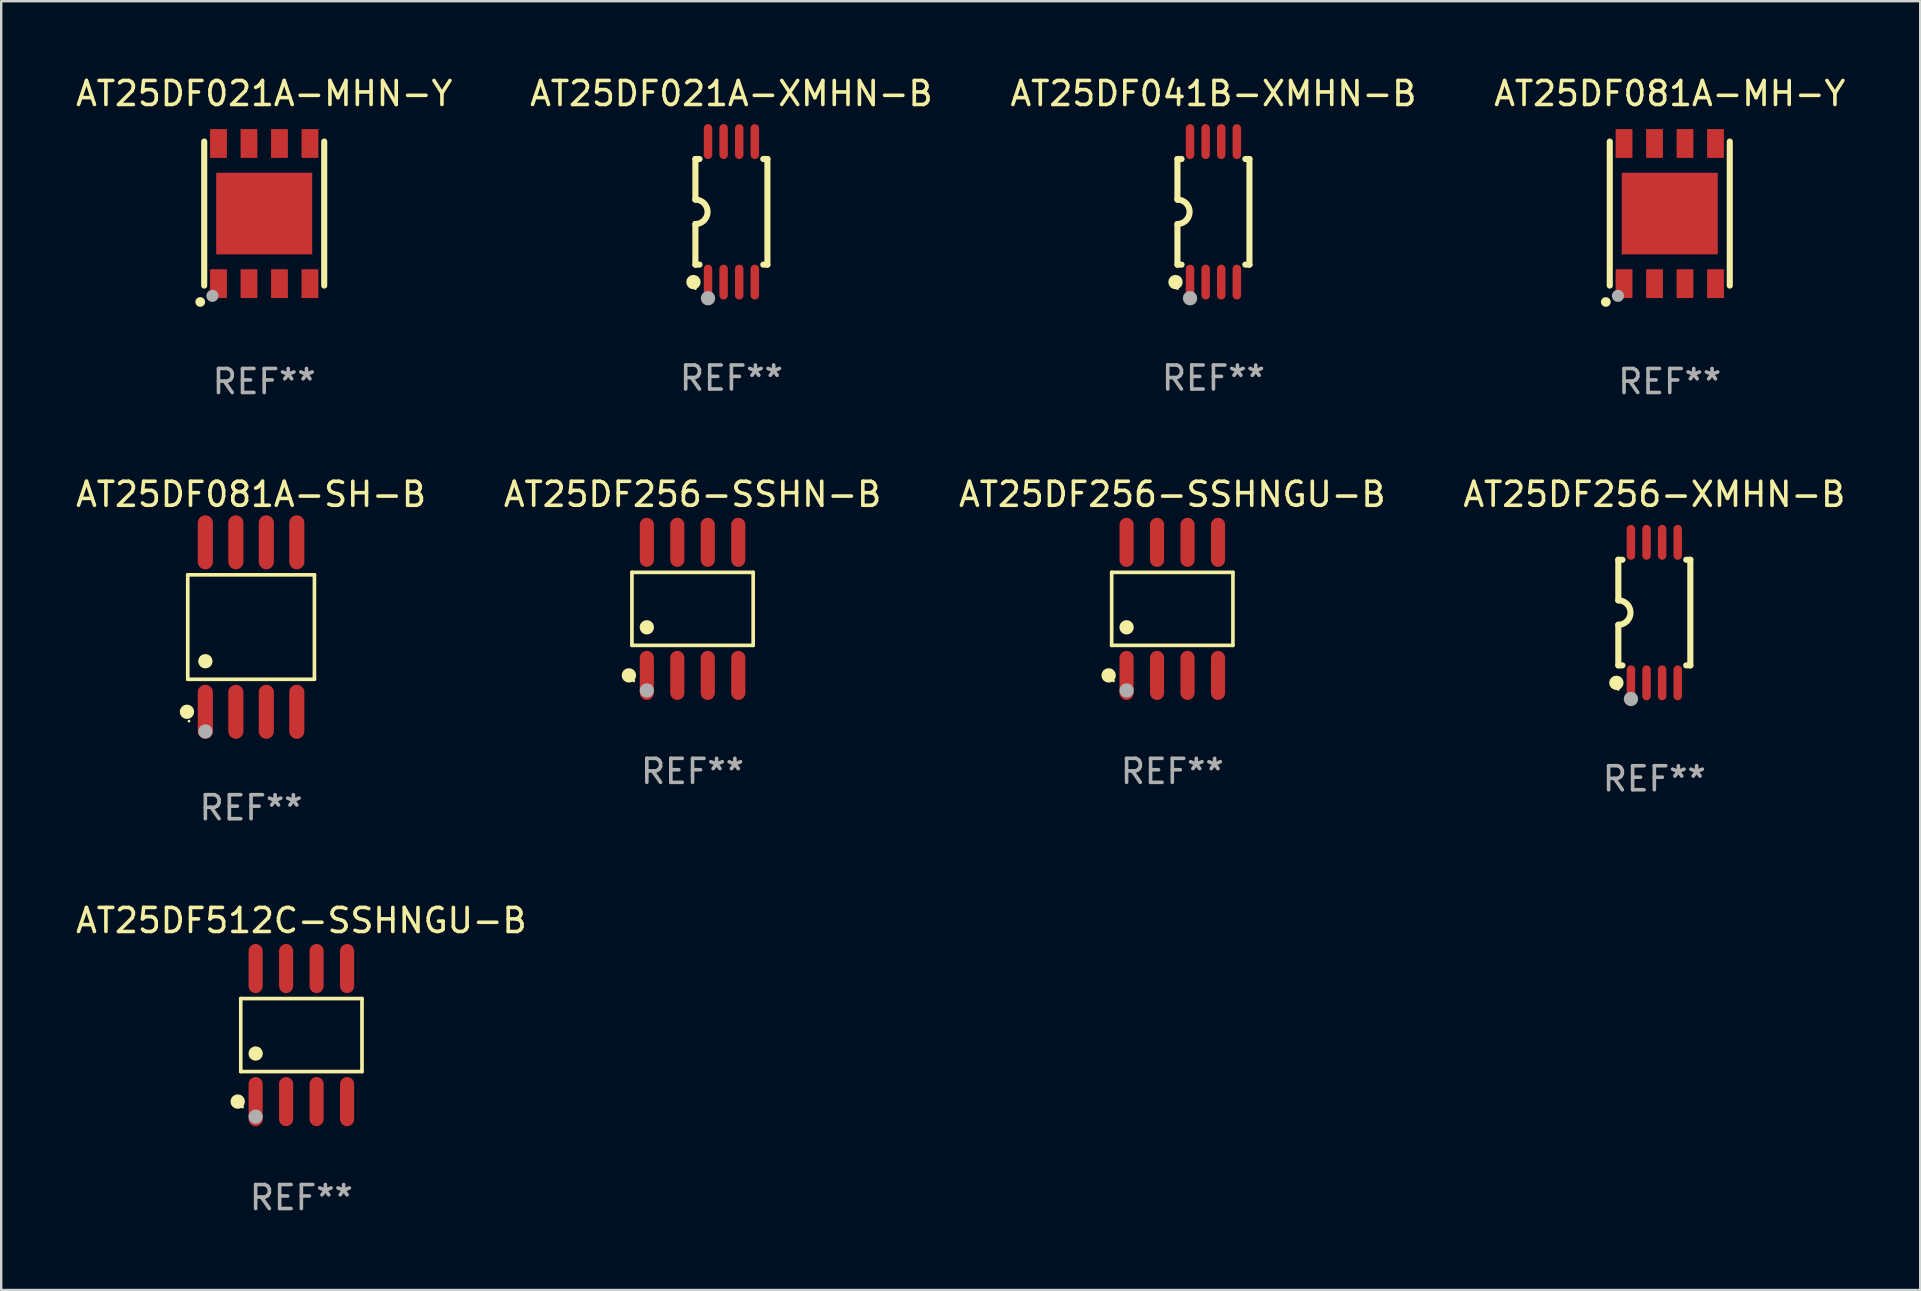
<source format=kicad_pcb>
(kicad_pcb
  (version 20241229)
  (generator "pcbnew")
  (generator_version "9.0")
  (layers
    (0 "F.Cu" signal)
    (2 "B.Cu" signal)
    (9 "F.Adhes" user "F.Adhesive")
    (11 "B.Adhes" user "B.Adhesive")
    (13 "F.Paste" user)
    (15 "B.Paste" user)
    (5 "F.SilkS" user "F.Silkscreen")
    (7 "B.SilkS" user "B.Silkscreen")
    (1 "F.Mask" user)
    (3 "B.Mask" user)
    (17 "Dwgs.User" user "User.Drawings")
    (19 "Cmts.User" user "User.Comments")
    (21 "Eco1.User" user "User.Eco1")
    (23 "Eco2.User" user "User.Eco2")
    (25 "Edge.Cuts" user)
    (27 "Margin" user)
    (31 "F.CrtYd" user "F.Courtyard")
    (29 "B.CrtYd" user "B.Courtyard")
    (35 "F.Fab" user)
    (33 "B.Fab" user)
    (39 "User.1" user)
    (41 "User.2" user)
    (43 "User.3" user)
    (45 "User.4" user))
  (footprint "AT25DF512C-SSHNGU-B"
    (layer "F.Cu")
    (at 9.506 40.074)
    (property "Reference" "AT25DF512C-SSHNGU-B" (at 0 -4.772 0) (layer "F.SilkS") (effects (font (size 1 1) (thickness 0.15))))
    (attr through_hole)
    (fp_line (start -2.526 -1.521) (end 2.526 -1.521) (stroke (width 0.152) (type solid)) (layer "F.SilkS"))
    (fp_line (start -2.526 1.521) (end -2.526 -1.521) (stroke (width 0.152) (type solid)) (layer "F.SilkS"))
    (fp_line (start 2.526 -1.521) (end 2.526 1.521) (stroke (width 0.152) (type solid)) (layer "F.SilkS"))
    (fp_line (start 2.526 1.521) (end -2.526 1.521) (stroke (width 0.152) (type solid)) (layer "F.SilkS"))
    (fp_circle (center -2.652 2.772) (end -2.501 2.772) (stroke (width 0.3) (type solid)) (fill no) (layer "F.SilkS"))
    (fp_circle (center -2.45 3) (end -2.42 3) (stroke (width 0.06) (type solid)) (fill no) (layer "F.SilkS"))
    (fp_circle (center -1.905 0.769) (end -1.755 0.769) (stroke (width 0.3) (type solid)) (fill no) (layer "F.SilkS"))
    (fp_circle (center -1.905 3.4) (end -1.755 3.4) (stroke (width 0.3) (type solid)) (fill no) (layer "F.Fab"))
    (fp_text user "REF**" (at 0 6.772 0) (layer "F.Fab") (effects (font (size 1 1) (thickness 0.15))))
    (pad "1" smd oval (at -1.905 2.772) (size 0.588 2.045) (layers "F.Cu" "F.Mask" "F.Paste"))
    (pad "2" smd oval (at -0.635 2.772) (size 0.588 2.045) (layers "F.Cu" "F.Mask" "F.Paste"))
    (pad "3" smd oval (at 0.635 2.772) (size 0.588 2.045) (layers "F.Cu" "F.Mask" "F.Paste"))
    (pad "4" smd oval (at 1.905 2.772) (size 0.588 2.045) (layers "F.Cu" "F.Mask" "F.Paste"))
    (pad "5" smd oval (at 1.905 -2.772) (size 0.588 2.045) (layers "F.Cu" "F.Mask" "F.Paste"))
    (pad "6" smd oval (at 0.635 -2.772) (size 0.588 2.045) (layers "F.Cu" "F.Mask" "F.Paste"))
    (pad "7" smd oval (at -0.635 -2.772) (size 0.588 2.045) (layers "F.Cu" "F.Mask" "F.Paste"))
    (pad "8" smd oval (at -1.905 -2.772) (size 0.588 2.045) (layers "F.Cu" "F.Mask" "F.Paste")))
  (footprint "AT25DF081A-SH-B"
    (layer "F.Cu")
    (at 7.411 23.075)
    (property "Reference" "AT25DF081A-SH-B" (at 0 -5.53 0) (layer "F.SilkS") (effects (font (size 1 1) (thickness 0.15))))
    (attr through_hole)
    (fp_line (start -2.639 -2.176) (end 2.639 -2.176) (stroke (width 0.152) (type solid)) (layer "F.SilkS"))
    (fp_line (start -2.639 2.176) (end -2.639 -2.176) (stroke (width 0.152) (type solid)) (layer "F.SilkS"))
    (fp_line (start 2.639 -2.176) (end 2.639 2.176) (stroke (width 0.152) (type solid)) (layer "F.SilkS"))
    (fp_line (start 2.639 2.176) (end -2.639 2.176) (stroke (width 0.152) (type solid)) (layer "F.SilkS"))
    (fp_circle (center -2.672 3.53) (end -2.522 3.53) (stroke (width 0.3) (type solid)) (fill no) (layer "F.SilkS"))
    (fp_circle (center -2.585 3.92) (end -2.555 3.92) (stroke (width 0.06) (type solid)) (fill no) (layer "F.SilkS"))
    (fp_circle (center -1.905 1.424) (end -1.755 1.424) (stroke (width 0.3) (type solid)) (fill no) (layer "F.SilkS"))
    (fp_circle (center -1.905 4.35) (end -1.755 4.35) (stroke (width 0.3) (type solid)) (fill no) (layer "F.Fab"))
    (fp_text user "REF**" (at 0 7.53 0) (layer "F.Fab") (effects (font (size 1 1) (thickness 0.15))))
    (pad "1" smd oval (at -1.905 3.53) (size 0.63 2.25) (layers "F.Cu" "F.Mask" "F.Paste"))
    (pad "2" smd oval (at -0.635 3.53) (size 0.63 2.25) (layers "F.Cu" "F.Mask" "F.Paste"))
    (pad "3" smd oval (at 0.635 3.53) (size 0.63 2.25) (layers "F.Cu" "F.Mask" "F.Paste"))
    (pad "4" smd oval (at 1.905 3.53) (size 0.63 2.25) (layers "F.Cu" "F.Mask" "F.Paste"))
    (pad "5" smd oval (at 1.905 -3.53) (size 0.63 2.25) (layers "F.Cu" "F.Mask" "F.Paste"))
    (pad "6" smd oval (at 0.635 -3.53) (size 0.63 2.25) (layers "F.Cu" "F.Mask" "F.Paste"))
    (pad "7" smd oval (at -0.635 -3.53) (size 0.63 2.25) (layers "F.Cu" "F.Mask" "F.Paste"))
    (pad "8" smd oval (at -1.905 -3.53) (size 0.63 2.25) (layers "F.Cu" "F.Mask" "F.Paste")))
  (footprint "AT25DF081A-MH-Y"
    (layer "F.Cu")
    (at 66.518 5.848)
    (property "Reference" "AT25DF081A-MH-Y" (at 0 -5 0) (layer "F.SilkS") (effects (font (size 1 1) (thickness 0.15))))
    (attr through_hole)
    (fp_line (start -2.5 -3) (end -2.5 3) (stroke (width 0.254) (type solid)) (layer "F.SilkS"))
    (fp_line (start 2.5 -3) (end 2.5 3) (stroke (width 0.254) (type solid)) (layer "F.SilkS"))
    (fp_arc (start -2.667005 3.683007) (mid -2.664465 3.682991) (end -2.661925 3.683007) (stroke (width 0.4) (type solid)) (layer "F.SilkS"))
    (fp_circle (center -2.5 3) (end -2.47 3) (stroke (width 0.06) (type solid)) (fill no) (layer "F.SilkS"))
    (fp_circle (center -2.159 3.429) (end -2.032 3.429) (stroke (width 0.254) (type solid)) (fill no) (layer "F.Fab"))
    (fp_text user "REF**" (at 0 7 0) (layer "F.Fab") (effects (font (size 1 1) (thickness 0.15))))
    (pad "1" smd rect (at -1.905 2.92 90) (size 1.2 0.7) (layers "F.Cu" "F.Mask" "F.Paste"))
    (pad "2" smd rect (at -0.635 2.92 90) (size 1.2 0.7) (layers "F.Cu" "F.Mask" "F.Paste"))
    (pad "3" smd rect (at 0.635 2.92 90) (size 1.2 0.7) (layers "F.Cu" "F.Mask" "F.Paste"))
    (pad "4" smd rect (at 1.905 2.92 90) (size 1.2 0.7) (layers "F.Cu" "F.Mask" "F.Paste"))
    (pad "5" smd rect (at 1.905 -2.92 90) (size 1.2 0.7) (layers "F.Cu" "F.Mask" "F.Paste"))
    (pad "6" smd rect (at 0.635 -2.92 90) (size 1.2 0.7) (layers "F.Cu" "F.Mask" "F.Paste"))
    (pad "7" smd rect (at -0.635 -2.92 90) (size 1.2 0.7) (layers "F.Cu" "F.Mask" "F.Paste"))
    (pad "8" smd rect (at -1.905 -2.92 90) (size 1.2 0.7) (layers "F.Cu" "F.Mask" "F.Paste"))
    (pad "9" smd rect (at 0 0 90) (size 3.4 4) (layers "F.Cu" "F.Mask" "F.Paste")))
  (footprint "AT25DF256-SSHN-B"
    (layer "F.Cu")
    (at 25.804 22.317)
    (property "Reference" "AT25DF256-SSHN-B" (at 0 -4.772 0) (layer "F.SilkS") (effects (font (size 1 1) (thickness 0.15))))
    (attr through_hole)
    (fp_line (start -2.526 -1.521) (end 2.526 -1.521) (stroke (width 0.152) (type solid)) (layer "F.SilkS"))
    (fp_line (start -2.526 1.521) (end -2.526 -1.521) (stroke (width 0.152) (type solid)) (layer "F.SilkS"))
    (fp_line (start 2.526 -1.521) (end 2.526 1.521) (stroke (width 0.152) (type solid)) (layer "F.SilkS"))
    (fp_line (start 2.526 1.521) (end -2.526 1.521) (stroke (width 0.152) (type solid)) (layer "F.SilkS"))
    (fp_circle (center -2.652 2.772) (end -2.501 2.772) (stroke (width 0.3) (type solid)) (fill no) (layer "F.SilkS"))
    (fp_circle (center -2.45 3) (end -2.42 3) (stroke (width 0.06) (type solid)) (fill no) (layer "F.SilkS"))
    (fp_circle (center -1.905 0.769) (end -1.755 0.769) (stroke (width 0.3) (type solid)) (fill no) (layer "F.SilkS"))
    (fp_circle (center -1.905 3.4) (end -1.755 3.4) (stroke (width 0.3) (type solid)) (fill no) (layer "F.Fab"))
    (fp_text user "REF**" (at 0 6.772 0) (layer "F.Fab") (effects (font (size 1 1) (thickness 0.15))))
    (pad "1" smd oval (at -1.905 2.772) (size 0.588 2.045) (layers "F.Cu" "F.Mask" "F.Paste"))
    (pad "2" smd oval (at -0.635 2.772) (size 0.588 2.045) (layers "F.Cu" "F.Mask" "F.Paste"))
    (pad "3" smd oval (at 0.635 2.772) (size 0.588 2.045) (layers "F.Cu" "F.Mask" "F.Paste"))
    (pad "4" smd oval (at 1.905 2.772) (size 0.588 2.045) (layers "F.Cu" "F.Mask" "F.Paste"))
    (pad "5" smd oval (at 1.905 -2.772) (size 0.588 2.045) (layers "F.Cu" "F.Mask" "F.Paste"))
    (pad "6" smd oval (at 0.635 -2.772) (size 0.588 2.045) (layers "F.Cu" "F.Mask" "F.Paste"))
    (pad "7" smd oval (at -0.635 -2.772) (size 0.588 2.045) (layers "F.Cu" "F.Mask" "F.Paste"))
    (pad "8" smd oval (at -1.905 -2.772) (size 0.588 2.045) (layers "F.Cu" "F.Mask" "F.Paste")))
  (footprint "AT25DF041B-XMHN-B"
    (layer "F.Cu")
    (at 47.506 5.775)
    (property "Reference" "AT25DF041B-XMHN-B" (at 0 -4.927 0) (layer "F.SilkS") (effects (font (size 1 1) (thickness 0.15))))
    (attr through_hole)
    (fp_line (start -1.5 -2.2) (end -1.5 -0.508) (stroke (width 0.254) (type solid)) (layer "F.SilkS"))
    (fp_line (start -1.5 -2.2) (end -1.328 -2.2) (stroke (width 0.254) (type solid)) (layer "F.SilkS"))
    (fp_line (start -1.5 2.2) (end -1.5 0.508) (stroke (width 0.254) (type solid)) (layer "F.SilkS"))
    (fp_line (start -1.5 2.2) (end -1.328 2.2) (stroke (width 0.254) (type solid)) (layer "F.SilkS"))
    (fp_line (start 1.328 -2.2) (end 1.5 -2.2) (stroke (width 0.254) (type solid)) (layer "F.SilkS"))
    (fp_line (start 1.328 2.2) (end 1.5 2.2) (stroke (width 0.254) (type solid)) (layer "F.SilkS"))
    (fp_line (start 1.5 -2.2) (end 1.5 2.2) (stroke (width 0.254) (type solid)) (layer "F.SilkS"))
    (fp_arc (start -1.501144 -0.508) (mid -0.993143 -0.000571) (end -1.5 0.508001) (stroke (width 0.254001) (type solid)) (layer "F.SilkS"))
    (fp_circle (center -1.581 2.927) (end -1.431 2.927) (stroke (width 0.3) (type solid)) (fill no) (layer "F.SilkS"))
    (fp_circle (center -1.5 3.2) (end -1.47 3.2) (stroke (width 0.06) (type solid)) (fill no) (layer "F.SilkS"))
    (fp_circle (center -0.975 3.6) (end -0.825 3.6) (stroke (width 0.3) (type solid)) (fill no) (layer "F.Fab"))
    (fp_text user "REF**" (at 0 6.927 0) (layer "F.Fab") (effects (font (size 1 1) (thickness 0.15))))
    (pad "1" smd oval (at -0.975 2.927) (size 0.353 1.454) (layers "F.Cu" "F.Mask" "F.Paste"))
    (pad "2" smd oval (at -0.325 2.927) (size 0.353 1.454) (layers "F.Cu" "F.Mask" "F.Paste"))
    (pad "3" smd oval (at 0.325 2.927) (size 0.353 1.454) (layers "F.Cu" "F.Mask" "F.Paste"))
    (pad "4" smd oval (at 0.975 2.927) (size 0.353 1.454) (layers "F.Cu" "F.Mask" "F.Paste"))
    (pad "5" smd oval (at 0.975 -2.927) (size 0.353 1.454) (layers "F.Cu" "F.Mask" "F.Paste"))
    (pad "6" smd oval (at 0.325 -2.927) (size 0.353 1.454) (layers "F.Cu" "F.Mask" "F.Paste"))
    (pad "7" smd oval (at -0.325 -2.927) (size 0.353 1.454) (layers "F.Cu" "F.Mask" "F.Paste"))
    (pad "8" smd oval (at -0.975 -2.927) (size 0.353 1.454) (layers "F.Cu" "F.Mask" "F.Paste")))
  (footprint "AT25DF021A-MHN-Y"
    (layer "F.Cu")
    (at 7.958 5.848)
    (property "Reference" "AT25DF021A-MHN-Y" (at 0 -5 0) (layer "F.SilkS") (effects (font (size 1 1) (thickness 0.15))))
    (attr through_hole)
    (fp_line (start -2.5 -3) (end -2.5 3) (stroke (width 0.254) (type solid)) (layer "F.SilkS"))
    (fp_line (start 2.5 -3) (end 2.5 3) (stroke (width 0.254) (type solid)) (layer "F.SilkS"))
    (fp_arc (start -2.667005 3.683007) (mid -2.664465 3.682991) (end -2.661925 3.683007) (stroke (width 0.4) (type solid)) (layer "F.SilkS"))
    (fp_circle (center -2.5 3) (end -2.47 3) (stroke (width 0.06) (type solid)) (fill no) (layer "F.SilkS"))
    (fp_circle (center -2.159 3.429) (end -2.032 3.429) (stroke (width 0.254) (type solid)) (fill no) (layer "F.Fab"))
    (fp_text user "REF**" (at 0 7 0) (layer "F.Fab") (effects (font (size 1 1) (thickness 0.15))))
    (pad "1" smd rect (at -1.905 2.92 90) (size 1.2 0.7) (layers "F.Cu" "F.Mask" "F.Paste"))
    (pad "2" smd rect (at -0.635 2.92 90) (size 1.2 0.7) (layers "F.Cu" "F.Mask" "F.Paste"))
    (pad "3" smd rect (at 0.635 2.92 90) (size 1.2 0.7) (layers "F.Cu" "F.Mask" "F.Paste"))
    (pad "4" smd rect (at 1.905 2.92 90) (size 1.2 0.7) (layers "F.Cu" "F.Mask" "F.Paste"))
    (pad "5" smd rect (at 1.905 -2.92 90) (size 1.2 0.7) (layers "F.Cu" "F.Mask" "F.Paste"))
    (pad "6" smd rect (at 0.635 -2.92 90) (size 1.2 0.7) (layers "F.Cu" "F.Mask" "F.Paste"))
    (pad "7" smd rect (at -0.635 -2.92 90) (size 1.2 0.7) (layers "F.Cu" "F.Mask" "F.Paste"))
    (pad "8" smd rect (at -1.905 -2.92 90) (size 1.2 0.7) (layers "F.Cu" "F.Mask" "F.Paste"))
    (pad "9" smd rect (at 0 0 90) (size 3.4 4) (layers "F.Cu" "F.Mask" "F.Paste")))
  (footprint "AT25DF021A-XMHN-B"
    (layer "F.Cu")
    (at 27.423 5.775)
    (property "Reference" "AT25DF021A-XMHN-B" (at 0 -4.927 0) (layer "F.SilkS") (effects (font (size 1 1) (thickness 0.15))))
    (attr through_hole)
    (fp_line (start -1.5 -2.2) (end -1.5 -0.508) (stroke (width 0.254) (type solid)) (layer "F.SilkS"))
    (fp_line (start -1.5 -2.2) (end -1.328 -2.2) (stroke (width 0.254) (type solid)) (layer "F.SilkS"))
    (fp_line (start -1.5 2.2) (end -1.5 0.508) (stroke (width 0.254) (type solid)) (layer "F.SilkS"))
    (fp_line (start -1.5 2.2) (end -1.328 2.2) (stroke (width 0.254) (type solid)) (layer "F.SilkS"))
    (fp_line (start 1.328 -2.2) (end 1.5 -2.2) (stroke (width 0.254) (type solid)) (layer "F.SilkS"))
    (fp_line (start 1.328 2.2) (end 1.5 2.2) (stroke (width 0.254) (type solid)) (layer "F.SilkS"))
    (fp_line (start 1.5 -2.2) (end 1.5 2.2) (stroke (width 0.254) (type solid)) (layer "F.SilkS"))
    (fp_arc (start -1.501144 -0.508) (mid -0.993143 -0.000571) (end -1.5 0.508001) (stroke (width 0.254001) (type solid)) (layer "F.SilkS"))
    (fp_circle (center -1.581 2.927) (end -1.431 2.927) (stroke (width 0.3) (type solid)) (fill no) (layer "F.SilkS"))
    (fp_circle (center -1.5 3.2) (end -1.47 3.2) (stroke (width 0.06) (type solid)) (fill no) (layer "F.SilkS"))
    (fp_circle (center -0.975 3.6) (end -0.825 3.6) (stroke (width 0.3) (type solid)) (fill no) (layer "F.Fab"))
    (fp_text user "REF**" (at 0 6.927 0) (layer "F.Fab") (effects (font (size 1 1) (thickness 0.15))))
    (pad "1" smd oval (at -0.975 2.927) (size 0.353 1.454) (layers "F.Cu" "F.Mask" "F.Paste"))
    (pad "2" smd oval (at -0.325 2.927) (size 0.353 1.454) (layers "F.Cu" "F.Mask" "F.Paste"))
    (pad "3" smd oval (at 0.325 2.927) (size 0.353 1.454) (layers "F.Cu" "F.Mask" "F.Paste"))
    (pad "4" smd oval (at 0.975 2.927) (size 0.353 1.454) (layers "F.Cu" "F.Mask" "F.Paste"))
    (pad "5" smd oval (at 0.975 -2.927) (size 0.353 1.454) (layers "F.Cu" "F.Mask" "F.Paste"))
    (pad "6" smd oval (at 0.325 -2.927) (size 0.353 1.454) (layers "F.Cu" "F.Mask" "F.Paste"))
    (pad "7" smd oval (at -0.325 -2.927) (size 0.353 1.454) (layers "F.Cu" "F.Mask" "F.Paste"))
    (pad "8" smd oval (at -0.975 -2.927) (size 0.353 1.454) (layers "F.Cu" "F.Mask" "F.Paste")))
  (footprint "AT25DF256-SSHNGU-B"
    (layer "F.Cu")
    (at 45.792 22.317)
    (property "Reference" "AT25DF256-SSHNGU-B" (at 0 -4.772 0) (layer "F.SilkS") (effects (font (size 1 1) (thickness 0.15))))
    (attr through_hole)
    (fp_line (start -2.526 -1.521) (end 2.526 -1.521) (stroke (width 0.152) (type solid)) (layer "F.SilkS"))
    (fp_line (start -2.526 1.521) (end -2.526 -1.521) (stroke (width 0.152) (type solid)) (layer "F.SilkS"))
    (fp_line (start 2.526 -1.521) (end 2.526 1.521) (stroke (width 0.152) (type solid)) (layer "F.SilkS"))
    (fp_line (start 2.526 1.521) (end -2.526 1.521) (stroke (width 0.152) (type solid)) (layer "F.SilkS"))
    (fp_circle (center -2.652 2.772) (end -2.501 2.772) (stroke (width 0.3) (type solid)) (fill no) (layer "F.SilkS"))
    (fp_circle (center -2.45 3) (end -2.42 3) (stroke (width 0.06) (type solid)) (fill no) (layer "F.SilkS"))
    (fp_circle (center -1.905 0.769) (end -1.755 0.769) (stroke (width 0.3) (type solid)) (fill no) (layer "F.SilkS"))
    (fp_circle (center -1.905 3.4) (end -1.755 3.4) (stroke (width 0.3) (type solid)) (fill no) (layer "F.Fab"))
    (fp_text user "REF**" (at 0 6.772 0) (layer "F.Fab") (effects (font (size 1 1) (thickness 0.15))))
    (pad "1" smd oval (at -1.905 2.772) (size 0.588 2.045) (layers "F.Cu" "F.Mask" "F.Paste"))
    (pad "2" smd oval (at -0.635 2.772) (size 0.588 2.045) (layers "F.Cu" "F.Mask" "F.Paste"))
    (pad "3" smd oval (at 0.635 2.772) (size 0.588 2.045) (layers "F.Cu" "F.Mask" "F.Paste"))
    (pad "4" smd oval (at 1.905 2.772) (size 0.588 2.045) (layers "F.Cu" "F.Mask" "F.Paste"))
    (pad "5" smd oval (at 1.905 -2.772) (size 0.588 2.045) (layers "F.Cu" "F.Mask" "F.Paste"))
    (pad "6" smd oval (at 0.635 -2.772) (size 0.588 2.045) (layers "F.Cu" "F.Mask" "F.Paste"))
    (pad "7" smd oval (at -0.635 -2.772) (size 0.588 2.045) (layers "F.Cu" "F.Mask" "F.Paste"))
    (pad "8" smd oval (at -1.905 -2.772) (size 0.588 2.045) (layers "F.Cu" "F.Mask" "F.Paste")))
  (footprint "AT25DF256-XMHN-B"
    (layer "F.Cu")
    (at 65.875 22.472)
    (property "Reference" "AT25DF256-XMHN-B" (at 0 -4.927 0) (layer "F.SilkS") (effects (font (size 1 1) (thickness 0.15))))
    (attr through_hole)
    (fp_line (start -1.5 -2.2) (end -1.5 -0.508) (stroke (width 0.254) (type solid)) (layer "F.SilkS"))
    (fp_line (start -1.5 -2.2) (end -1.328 -2.2) (stroke (width 0.254) (type solid)) (layer "F.SilkS"))
    (fp_line (start -1.5 2.2) (end -1.5 0.508) (stroke (width 0.254) (type solid)) (layer "F.SilkS"))
    (fp_line (start -1.5 2.2) (end -1.328 2.2) (stroke (width 0.254) (type solid)) (layer "F.SilkS"))
    (fp_line (start 1.328 -2.2) (end 1.5 -2.2) (stroke (width 0.254) (type solid)) (layer "F.SilkS"))
    (fp_line (start 1.328 2.2) (end 1.5 2.2) (stroke (width 0.254) (type solid)) (layer "F.SilkS"))
    (fp_line (start 1.5 -2.2) (end 1.5 2.2) (stroke (width 0.254) (type solid)) (layer "F.SilkS"))
    (fp_arc (start -1.501144 -0.508) (mid -0.993143 -0.000571) (end -1.5 0.508001) (stroke (width 0.254001) (type solid)) (layer "F.SilkS"))
    (fp_circle (center -1.581 2.927) (end -1.431 2.927) (stroke (width 0.3) (type solid)) (fill no) (layer "F.SilkS"))
    (fp_circle (center -1.5 3.2) (end -1.47 3.2) (stroke (width 0.06) (type solid)) (fill no) (layer "F.SilkS"))
    (fp_circle (center -0.975 3.6) (end -0.825 3.6) (stroke (width 0.3) (type solid)) (fill no) (layer "F.Fab"))
    (fp_text user "REF**" (at 0 6.927 0) (layer "F.Fab") (effects (font (size 1 1) (thickness 0.15))))
    (pad "1" smd oval (at -0.975 2.927) (size 0.353 1.454) (layers "F.Cu" "F.Mask" "F.Paste"))
    (pad "2" smd oval (at -0.325 2.927) (size 0.353 1.454) (layers "F.Cu" "F.Mask" "F.Paste"))
    (pad "3" smd oval (at 0.325 2.927) (size 0.353 1.454) (layers "F.Cu" "F.Mask" "F.Paste"))
    (pad "4" smd oval (at 0.975 2.927) (size 0.353 1.454) (layers "F.Cu" "F.Mask" "F.Paste"))
    (pad "5" smd oval (at 0.975 -2.927) (size 0.353 1.454) (layers "F.Cu" "F.Mask" "F.Paste"))
    (pad "6" smd oval (at 0.325 -2.927) (size 0.353 1.454) (layers "F.Cu" "F.Mask" "F.Paste"))
    (pad "7" smd oval (at -0.325 -2.927) (size 0.353 1.454) (layers "F.Cu" "F.Mask" "F.Paste"))
    (pad "8" smd oval (at -0.975 -2.927) (size 0.353 1.454) (layers "F.Cu" "F.Mask" "F.Paste")))
  (gr_rect
    (start -3 -3)
    (end 76.952 50.695)
    (stroke (width 0.1) (type default))
    (fill no)
    (layer "Edge.Cuts")))
</source>
